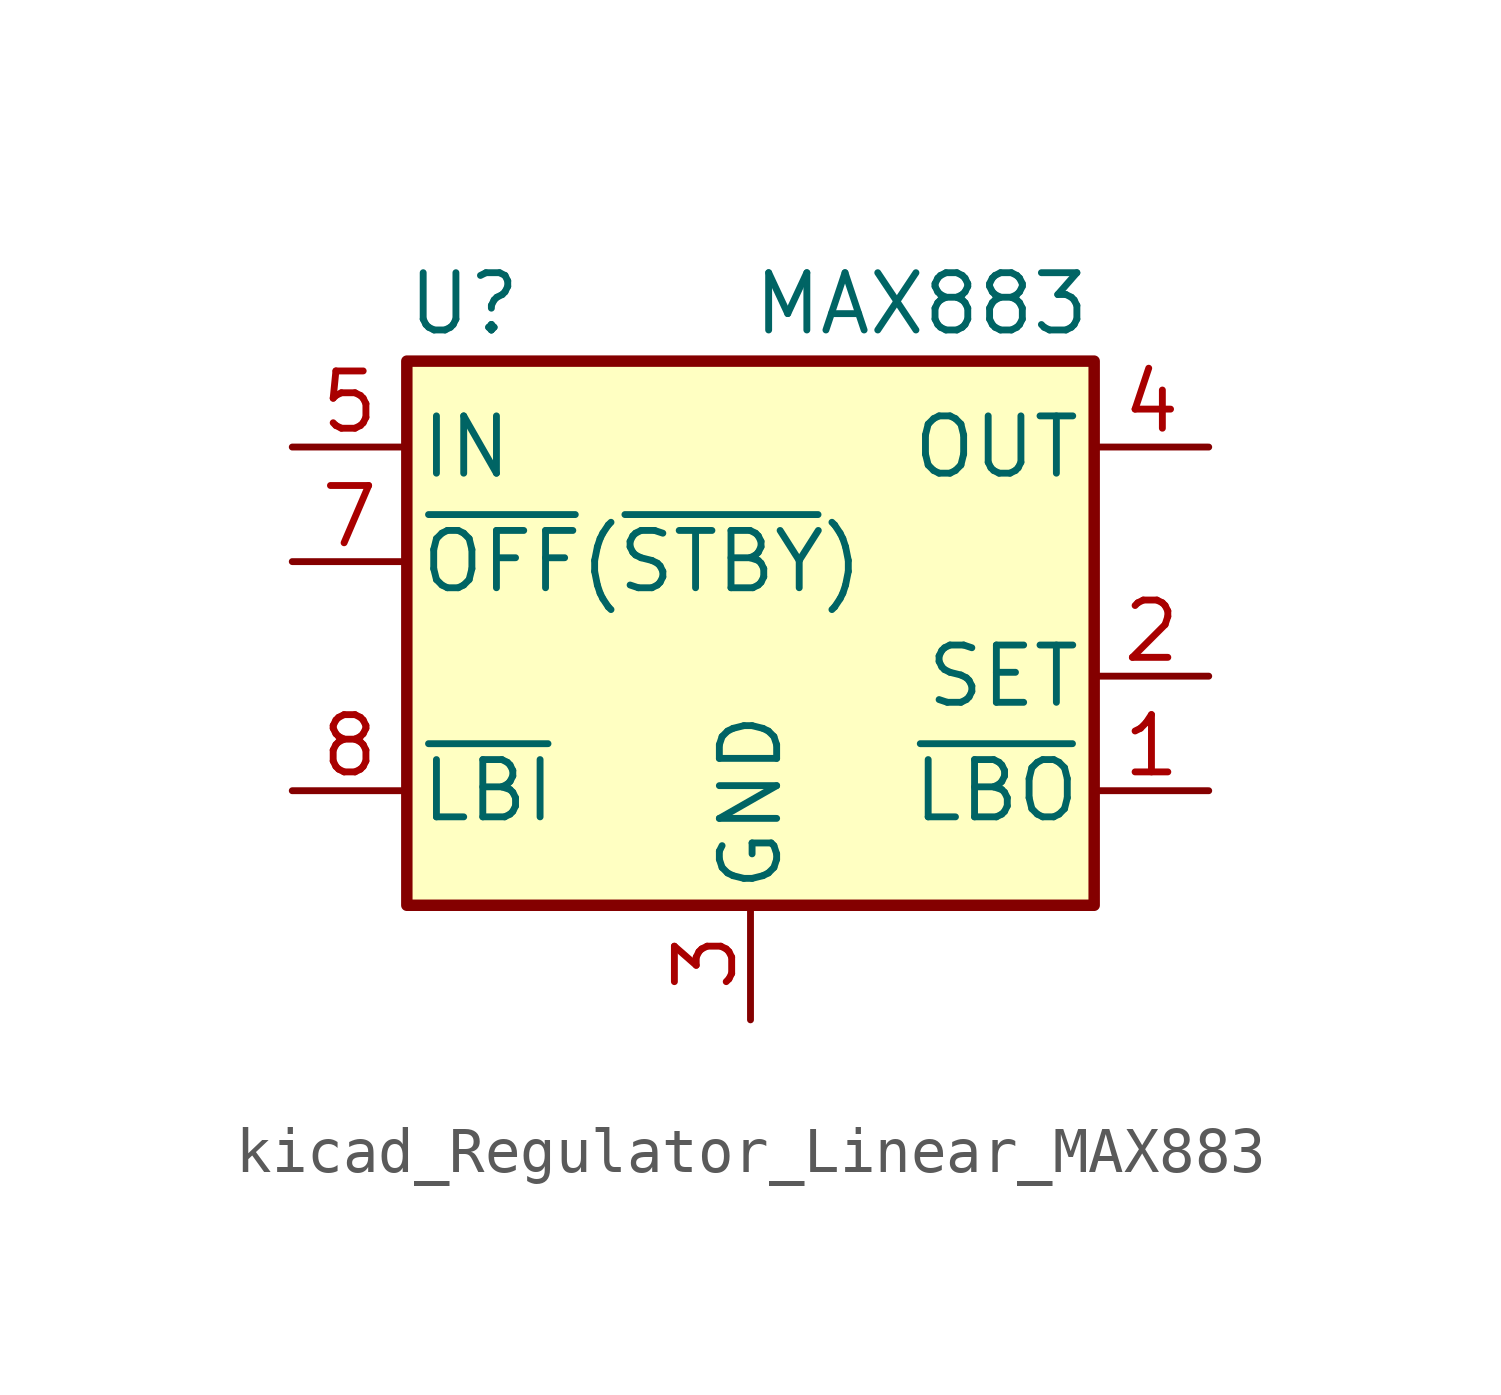
<source format=kicad_sym>
(kicad_symbol_lib
  (version 20220914)
  (generator kicad_symbol_editor)
  (symbol "kicad_Regulator_Linear_MAX883"
    (pin_names
      (offset 0.254))
    (property "Reference" "U"
      (at -6.35 8.255 0)
      (effects (font (size 1.27 1.27))))
    (property "Value" "MAX883"
      (at 0 8.255 0)
      (effects (font (size 1.27 1.27)) (justify left)))
    (symbol "kicad_Regulator_Linear_MAX883_0_1"
      (rectangle (start -7.62 6.985) (end 7.62 -5.08) (stroke (width 0.254) (type default)) (fill (type background))))
    (symbol "kicad_Regulator_Linear_MAX883_1_1"
      (pin open_collector line (at 10.16 -2.54 180) (length 2.54) (name "~{LBO}" (effects (font (size 1.27 1.27)))) (number "1" (effects (font (size 1.27 1.27)))))
      (pin passive line (at 10.16 0 180) (length 2.54) (name "SET" (effects (font (size 1.27 1.27)))) (number "2" (effects (font (size 1.27 1.27)))))
      (pin power_in line (at 0 -7.62 90) (length 2.54) (name "GND" (effects (font (size 1.27 1.27)))) (number "3" (effects (font (size 1.27 1.27)))))
      (pin power_out line (at 10.16 5.08 180) (length 2.54) (name "OUT" (effects (font (size 1.27 1.27)))) (number "4" (effects (font (size 1.27 1.27)))))
      (pin power_in line (at -10.16 5.08 0) (length 2.54) (name "IN" (effects (font (size 1.27 1.27)))) (number "5" (effects (font (size 1.27 1.27)))))
      (pin passive line (at 0 -7.62 90) (length 2.54) hide (name "GND" (effects (font (size 1.27 1.27)))) (number "6" (effects (font (size 1.27 1.27)))))
      (pin input line (at -10.16 2.54 0) (length 2.54) (name "~{OFF}(~{STBY})" (effects (font (size 1.27 1.27)))) (number "7" (effects (font (size 1.27 1.27)))))
      (pin input line (at -10.16 -2.54 0) (length 2.54) (name "~{LBI}" (effects (font (size 1.27 1.27)))) (number "8" (effects (font (size 1.27 1.27))))))))
</source>
